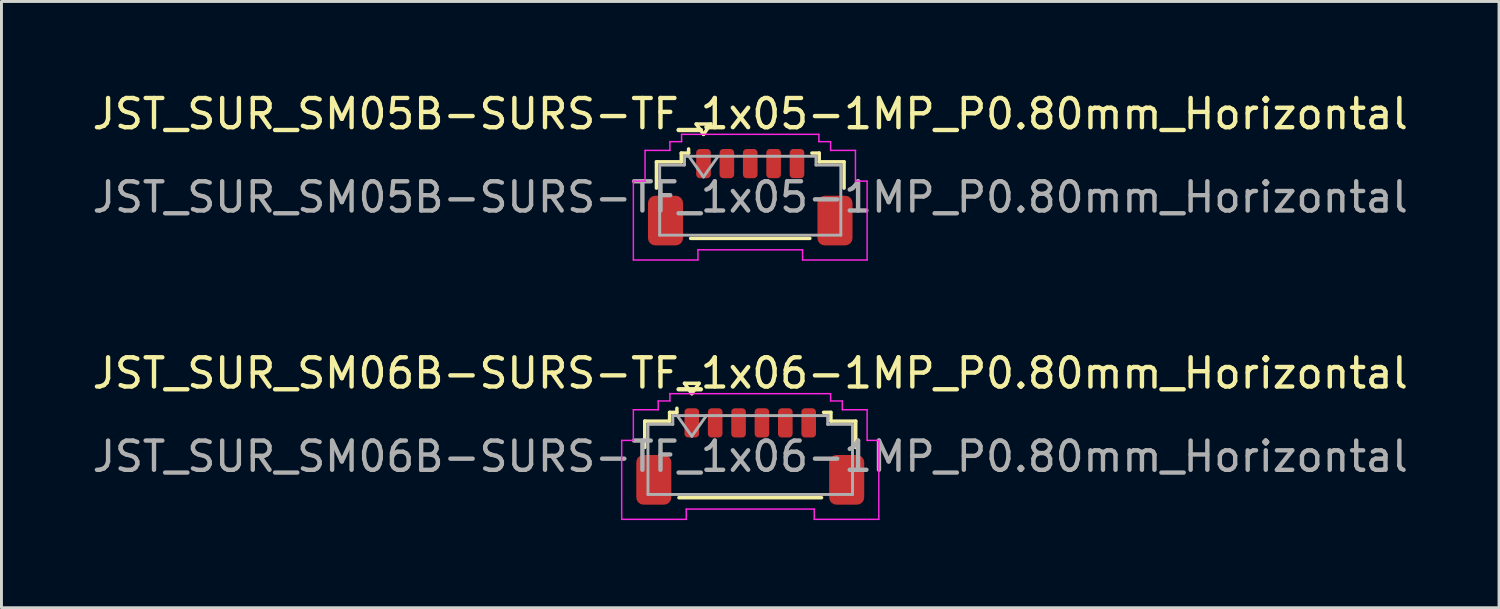
<source format=kicad_pcb>
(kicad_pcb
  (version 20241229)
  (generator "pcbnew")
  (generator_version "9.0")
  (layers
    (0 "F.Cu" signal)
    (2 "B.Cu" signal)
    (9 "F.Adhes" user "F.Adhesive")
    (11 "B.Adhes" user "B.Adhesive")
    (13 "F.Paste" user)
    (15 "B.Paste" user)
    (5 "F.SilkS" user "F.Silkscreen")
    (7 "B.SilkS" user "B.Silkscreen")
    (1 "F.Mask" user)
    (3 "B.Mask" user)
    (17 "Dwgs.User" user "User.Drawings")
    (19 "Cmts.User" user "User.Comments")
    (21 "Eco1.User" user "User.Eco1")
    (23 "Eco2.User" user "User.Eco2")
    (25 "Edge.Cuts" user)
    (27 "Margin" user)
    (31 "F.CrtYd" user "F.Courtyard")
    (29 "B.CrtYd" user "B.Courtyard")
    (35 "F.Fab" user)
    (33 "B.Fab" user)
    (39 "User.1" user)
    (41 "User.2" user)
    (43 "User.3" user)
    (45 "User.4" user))
  (footprint "JST_SUR_SM06B-SURS-TF_1x06-1MP_P0.80mm_Horizontal"
    (layer "F.Cu")
    (at 22.625 12.572)
    (property "Reference" "JST_SUR_SM06B-SURS-TF_1x06-1MP_P0.80mm_Horizontal" (at 0 -2.85 0) (layer "F.SilkS") (effects (font (size 1 1) (thickness 0.15))))
    (attr smd)
    (fp_line (start -3.61 -1.21) (end -2.76 -1.21) (stroke (width 0.12) (type solid)) (layer "F.SilkS"))
    (fp_line (start -3.61 -0.31) (end -3.61 -1.21) (stroke (width 0.12) (type solid)) (layer "F.SilkS"))
    (fp_line (start -2.76 -1.51) (end -2.51 -1.51) (stroke (width 0.12) (type solid)) (layer "F.SilkS"))
    (fp_line (start -2.76 -1.21) (end -2.76 -1.51) (stroke (width 0.12) (type solid)) (layer "F.SilkS"))
    (fp_line (start -2.51 -1.51) (end -2.51 -1.65) (stroke (width 0.12) (type solid)) (layer "F.SilkS"))
    (fp_line (start -2.44 1.41) (end 2.44 1.41) (stroke (width 0.12) (type solid)) (layer "F.SilkS"))
    (fp_line (start -2.25 -2.504) (end -2 -2.15) (stroke (width 0.12) (type solid)) (layer "F.SilkS"))
    (fp_line (start -2 -2.15) (end -1.75 -2.504) (stroke (width 0.12) (type solid)) (layer "F.SilkS"))
    (fp_line (start -1.75 -2.504) (end -2.25 -2.504) (stroke (width 0.12) (type solid)) (layer "F.SilkS"))
    (fp_line (start 2.76 -1.51) (end 2.51 -1.51) (stroke (width 0.12) (type solid)) (layer "F.SilkS"))
    (fp_line (start 2.76 -1.21) (end 2.76 -1.51) (stroke (width 0.12) (type solid)) (layer "F.SilkS"))
    (fp_line (start 3.61 -1.21) (end 2.76 -1.21) (stroke (width 0.12) (type solid)) (layer "F.SilkS"))
    (fp_line (start 3.61 -0.31) (end 3.61 -1.21) (stroke (width 0.12) (type solid)) (layer "F.SilkS"))
    (fp_line (start -4.4 -0.55) (end -4 -0.55) (stroke (width 0.05) (type solid)) (layer "F.CrtYd"))
    (fp_line (start -4.4 2.15) (end -4.4 -0.55) (stroke (width 0.05) (type solid)) (layer "F.CrtYd"))
    (fp_line (start -4 -1.6) (end -3.15 -1.6) (stroke (width 0.05) (type solid)) (layer "F.CrtYd"))
    (fp_line (start -4 -0.55) (end -4 -1.6) (stroke (width 0.05) (type solid)) (layer "F.CrtYd"))
    (fp_line (start -3.15 -1.9) (end -2.75 -1.9) (stroke (width 0.05) (type solid)) (layer "F.CrtYd"))
    (fp_line (start -3.15 -1.6) (end -3.15 -1.9) (stroke (width 0.05) (type solid)) (layer "F.CrtYd"))
    (fp_line (start -2.75 -2.15) (end 2.75 -2.15) (stroke (width 0.05) (type solid)) (layer "F.CrtYd"))
    (fp_line (start -2.75 -1.9) (end -2.75 -2.15) (stroke (width 0.05) (type solid)) (layer "F.CrtYd"))
    (fp_line (start -2.19 1.8) (end -2.19 2.15) (stroke (width 0.05) (type solid)) (layer "F.CrtYd"))
    (fp_line (start -2.19 2.15) (end -4.4 2.15) (stroke (width 0.05) (type solid)) (layer "F.CrtYd"))
    (fp_line (start 2.19 1.8) (end -2.19 1.8) (stroke (width 0.05) (type solid)) (layer "F.CrtYd"))
    (fp_line (start 2.19 2.15) (end 2.19 1.8) (stroke (width 0.05) (type solid)) (layer "F.CrtYd"))
    (fp_line (start 2.75 -2.15) (end 2.75 -1.9) (stroke (width 0.05) (type solid)) (layer "F.CrtYd"))
    (fp_line (start 2.75 -1.9) (end 3.15 -1.9) (stroke (width 0.05) (type solid)) (layer "F.CrtYd"))
    (fp_line (start 3.15 -1.9) (end 3.15 -1.6) (stroke (width 0.05) (type solid)) (layer "F.CrtYd"))
    (fp_line (start 3.15 -1.6) (end 4 -1.6) (stroke (width 0.05) (type solid)) (layer "F.CrtYd"))
    (fp_line (start 4 -1.6) (end 4 -0.55) (stroke (width 0.05) (type solid)) (layer "F.CrtYd"))
    (fp_line (start 4 -0.55) (end 4.4 -0.55) (stroke (width 0.05) (type solid)) (layer "F.CrtYd"))
    (fp_line (start 4.4 -0.55) (end 4.4 2.15) (stroke (width 0.05) (type solid)) (layer "F.CrtYd"))
    (fp_line (start 4.4 2.15) (end 2.19 2.15) (stroke (width 0.05) (type solid)) (layer "F.CrtYd"))
    (fp_line (start -3.5 -1.1) (end -3.5 1.3) (stroke (width 0.1) (type solid)) (layer "F.Fab"))
    (fp_line (start -3.5 -1.1) (end -2.65 -1.1) (stroke (width 0.1) (type solid)) (layer "F.Fab"))
    (fp_line (start -3.5 1.3) (end 3.5 1.3) (stroke (width 0.1) (type solid)) (layer "F.Fab"))
    (fp_line (start -2.65 -1.4) (end 2.65 -1.4) (stroke (width 0.1) (type solid)) (layer "F.Fab"))
    (fp_line (start -2.65 -1.1) (end -2.65 -1.4) (stroke (width 0.1) (type solid)) (layer "F.Fab"))
    (fp_line (start -2.5 -1.4) (end -2 -0.693) (stroke (width 0.1) (type solid)) (layer "F.Fab"))
    (fp_line (start -2 -0.693) (end -1.5 -1.4) (stroke (width 0.1) (type solid)) (layer "F.Fab"))
    (fp_line (start 2.65 -1.4) (end 2.65 -1.1) (stroke (width 0.1) (type solid)) (layer "F.Fab"))
    (fp_line (start 2.65 -1.1) (end 3.5 -1.1) (stroke (width 0.1) (type solid)) (layer "F.Fab"))
    (fp_line (start 3.5 -1.1) (end 3.5 1.3) (stroke (width 0.1) (type solid)) (layer "F.Fab"))
    (fp_text user "${REFERENCE}" (at 0 0 0) (layer "F.Fab") (effects (font (size 1 1) (thickness 0.15))))
    (pad "1" smd roundrect (at -2 -1.15) (size 0.5 1) (layers "F.Cu" "F.Mask" "F.Paste") (roundrect_rratio 0.25))
    (pad "2" smd roundrect (at -1.2 -1.15) (size 0.5 1) (layers "F.Cu" "F.Mask" "F.Paste") (roundrect_rratio 0.25))
    (pad "3" smd roundrect (at -0.4 -1.15) (size 0.5 1) (layers "F.Cu" "F.Mask" "F.Paste") (roundrect_rratio 0.25))
    (pad "4" smd roundrect (at 0.4 -1.15) (size 0.5 1) (layers "F.Cu" "F.Mask" "F.Paste") (roundrect_rratio 0.25))
    (pad "5" smd roundrect (at 1.2 -1.15) (size 0.5 1) (layers "F.Cu" "F.Mask" "F.Paste") (roundrect_rratio 0.25))
    (pad "6" smd roundrect (at 2 -1.15) (size 0.5 1) (layers "F.Cu" "F.Mask" "F.Paste") (roundrect_rratio 0.25))
    (pad "MP" smd roundrect (at -3.3 0.8) (size 1.2 1.7) (layers "F.Cu" "F.Mask" "F.Paste") (roundrect_rratio 0.208))
    (pad "MP" smd roundrect (at 3.3 0.8) (size 1.2 1.7) (layers "F.Cu" "F.Mask" "F.Paste") (roundrect_rratio 0.208)))
  (footprint "JST_SUR_SM05B-SURS-TF_1x05-1MP_P0.80mm_Horizontal"
    (layer "F.Cu")
    (at 22.625 3.698)
    (property "Reference" "JST_SUR_SM05B-SURS-TF_1x05-1MP_P0.80mm_Horizontal" (at 0 -2.85 0) (layer "F.SilkS") (effects (font (size 1 1) (thickness 0.15))))
    (attr smd)
    (fp_line (start -3.21 -1.21) (end -2.36 -1.21) (stroke (width 0.12) (type solid)) (layer "F.SilkS"))
    (fp_line (start -3.21 -0.31) (end -3.21 -1.21) (stroke (width 0.12) (type solid)) (layer "F.SilkS"))
    (fp_line (start -2.36 -1.51) (end -2.11 -1.51) (stroke (width 0.12) (type solid)) (layer "F.SilkS"))
    (fp_line (start -2.36 -1.21) (end -2.36 -1.51) (stroke (width 0.12) (type solid)) (layer "F.SilkS"))
    (fp_line (start -2.11 -1.51) (end -2.11 -1.65) (stroke (width 0.12) (type solid)) (layer "F.SilkS"))
    (fp_line (start -2.04 1.41) (end 2.04 1.41) (stroke (width 0.12) (type solid)) (layer "F.SilkS"))
    (fp_line (start -1.85 -2.504) (end -1.6 -2.15) (stroke (width 0.12) (type solid)) (layer "F.SilkS"))
    (fp_line (start -1.6 -2.15) (end -1.35 -2.504) (stroke (width 0.12) (type solid)) (layer "F.SilkS"))
    (fp_line (start -1.35 -2.504) (end -1.85 -2.504) (stroke (width 0.12) (type solid)) (layer "F.SilkS"))
    (fp_line (start 2.36 -1.51) (end 2.11 -1.51) (stroke (width 0.12) (type solid)) (layer "F.SilkS"))
    (fp_line (start 2.36 -1.21) (end 2.36 -1.51) (stroke (width 0.12) (type solid)) (layer "F.SilkS"))
    (fp_line (start 3.21 -1.21) (end 2.36 -1.21) (stroke (width 0.12) (type solid)) (layer "F.SilkS"))
    (fp_line (start 3.21 -0.31) (end 3.21 -1.21) (stroke (width 0.12) (type solid)) (layer "F.SilkS"))
    (fp_line (start -4 -0.55) (end -3.6 -0.55) (stroke (width 0.05) (type solid)) (layer "F.CrtYd"))
    (fp_line (start -4 2.15) (end -4 -0.55) (stroke (width 0.05) (type solid)) (layer "F.CrtYd"))
    (fp_line (start -3.6 -1.6) (end -2.75 -1.6) (stroke (width 0.05) (type solid)) (layer "F.CrtYd"))
    (fp_line (start -3.6 -0.55) (end -3.6 -1.6) (stroke (width 0.05) (type solid)) (layer "F.CrtYd"))
    (fp_line (start -2.75 -1.9) (end -2.35 -1.9) (stroke (width 0.05) (type solid)) (layer "F.CrtYd"))
    (fp_line (start -2.75 -1.6) (end -2.75 -1.9) (stroke (width 0.05) (type solid)) (layer "F.CrtYd"))
    (fp_line (start -2.35 -2.15) (end 2.35 -2.15) (stroke (width 0.05) (type solid)) (layer "F.CrtYd"))
    (fp_line (start -2.35 -1.9) (end -2.35 -2.15) (stroke (width 0.05) (type solid)) (layer "F.CrtYd"))
    (fp_line (start -1.79 1.8) (end -1.79 2.15) (stroke (width 0.05) (type solid)) (layer "F.CrtYd"))
    (fp_line (start -1.79 2.15) (end -4 2.15) (stroke (width 0.05) (type solid)) (layer "F.CrtYd"))
    (fp_line (start 1.79 1.8) (end -1.79 1.8) (stroke (width 0.05) (type solid)) (layer "F.CrtYd"))
    (fp_line (start 1.79 2.15) (end 1.79 1.8) (stroke (width 0.05) (type solid)) (layer "F.CrtYd"))
    (fp_line (start 2.35 -2.15) (end 2.35 -1.9) (stroke (width 0.05) (type solid)) (layer "F.CrtYd"))
    (fp_line (start 2.35 -1.9) (end 2.75 -1.9) (stroke (width 0.05) (type solid)) (layer "F.CrtYd"))
    (fp_line (start 2.75 -1.9) (end 2.75 -1.6) (stroke (width 0.05) (type solid)) (layer "F.CrtYd"))
    (fp_line (start 2.75 -1.6) (end 3.6 -1.6) (stroke (width 0.05) (type solid)) (layer "F.CrtYd"))
    (fp_line (start 3.6 -1.6) (end 3.6 -0.55) (stroke (width 0.05) (type solid)) (layer "F.CrtYd"))
    (fp_line (start 3.6 -0.55) (end 4 -0.55) (stroke (width 0.05) (type solid)) (layer "F.CrtYd"))
    (fp_line (start 4 -0.55) (end 4 2.15) (stroke (width 0.05) (type solid)) (layer "F.CrtYd"))
    (fp_line (start 4 2.15) (end 1.79 2.15) (stroke (width 0.05) (type solid)) (layer "F.CrtYd"))
    (fp_line (start -3.1 -1.1) (end -3.1 1.3) (stroke (width 0.1) (type solid)) (layer "F.Fab"))
    (fp_line (start -3.1 -1.1) (end -2.25 -1.1) (stroke (width 0.1) (type solid)) (layer "F.Fab"))
    (fp_line (start -3.1 1.3) (end 3.1 1.3) (stroke (width 0.1) (type solid)) (layer "F.Fab"))
    (fp_line (start -2.25 -1.4) (end 2.25 -1.4) (stroke (width 0.1) (type solid)) (layer "F.Fab"))
    (fp_line (start -2.25 -1.1) (end -2.25 -1.4) (stroke (width 0.1) (type solid)) (layer "F.Fab"))
    (fp_line (start -2.1 -1.4) (end -1.6 -0.693) (stroke (width 0.1) (type solid)) (layer "F.Fab"))
    (fp_line (start -1.6 -0.693) (end -1.1 -1.4) (stroke (width 0.1) (type solid)) (layer "F.Fab"))
    (fp_line (start 2.25 -1.4) (end 2.25 -1.1) (stroke (width 0.1) (type solid)) (layer "F.Fab"))
    (fp_line (start 2.25 -1.1) (end 3.1 -1.1) (stroke (width 0.1) (type solid)) (layer "F.Fab"))
    (fp_line (start 3.1 -1.1) (end 3.1 1.3) (stroke (width 0.1) (type solid)) (layer "F.Fab"))
    (fp_text user "${REFERENCE}" (at 0 0 0) (layer "F.Fab") (effects (font (size 1 1) (thickness 0.15))))
    (pad "1" smd roundrect (at -1.6 -1.15) (size 0.5 1) (layers "F.Cu" "F.Mask" "F.Paste") (roundrect_rratio 0.25))
    (pad "2" smd roundrect (at -0.8 -1.15) (size 0.5 1) (layers "F.Cu" "F.Mask" "F.Paste") (roundrect_rratio 0.25))
    (pad "3" smd roundrect (at 0 -1.15) (size 0.5 1) (layers "F.Cu" "F.Mask" "F.Paste") (roundrect_rratio 0.25))
    (pad "4" smd roundrect (at 0.8 -1.15) (size 0.5 1) (layers "F.Cu" "F.Mask" "F.Paste") (roundrect_rratio 0.25))
    (pad "5" smd roundrect (at 1.6 -1.15) (size 0.5 1) (layers "F.Cu" "F.Mask" "F.Paste") (roundrect_rratio 0.25))
    (pad "MP" smd roundrect (at -2.9 0.8) (size 1.2 1.7) (layers "F.Cu" "F.Mask" "F.Paste") (roundrect_rratio 0.208))
    (pad "MP" smd roundrect (at 2.9 0.8) (size 1.2 1.7) (layers "F.Cu" "F.Mask" "F.Paste") (roundrect_rratio 0.208)))
  (gr_rect
    (start -3 -3)
    (end 48.25 17.747)
    (stroke (width 0.1) (type default))
    (fill no)
    (layer "Edge.Cuts")))
</source>
